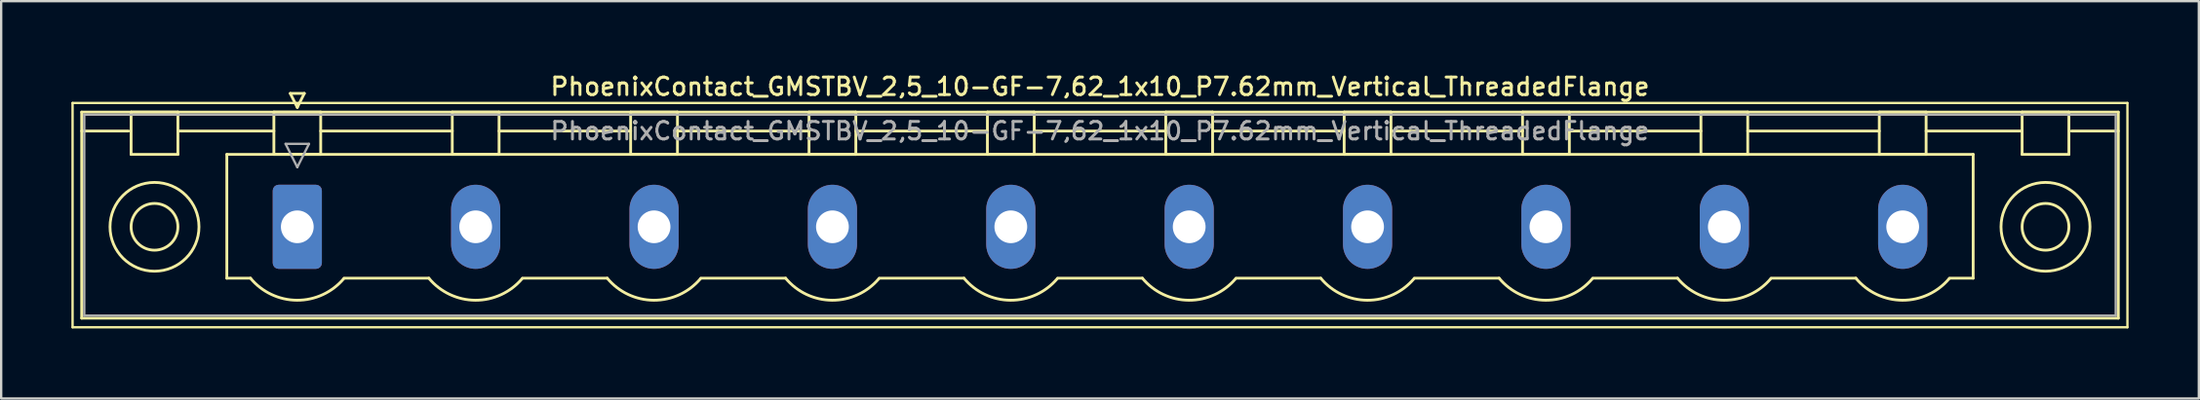
<source format=kicad_pcb>
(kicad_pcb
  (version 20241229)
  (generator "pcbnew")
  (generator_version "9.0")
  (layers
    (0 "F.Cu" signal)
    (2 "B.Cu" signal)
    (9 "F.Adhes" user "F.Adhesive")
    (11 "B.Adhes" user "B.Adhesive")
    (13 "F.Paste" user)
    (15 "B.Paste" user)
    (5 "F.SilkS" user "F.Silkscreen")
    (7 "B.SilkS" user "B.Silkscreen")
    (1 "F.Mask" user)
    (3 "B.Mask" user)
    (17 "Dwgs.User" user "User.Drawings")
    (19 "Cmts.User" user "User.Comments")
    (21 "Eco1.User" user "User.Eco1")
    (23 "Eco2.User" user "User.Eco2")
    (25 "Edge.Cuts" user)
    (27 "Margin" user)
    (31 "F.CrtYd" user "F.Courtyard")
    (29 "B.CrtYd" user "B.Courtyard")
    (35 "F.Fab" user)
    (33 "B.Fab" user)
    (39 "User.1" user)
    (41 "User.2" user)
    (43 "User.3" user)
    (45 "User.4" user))
  (footprint "PhoenixContact_GMSTBV_2,5_10-GF-7,62_1x10_P7.62mm_Vertical_ThreadedFlange"
    (layer "F.Cu")
    (at 9.65 6.658)
    (property "Reference" "PhoenixContact_GMSTBV_2,5_10-GF-7,62_1x10_P7.62mm_Vertical_ThreadedFlange" (at 34.29 -6 0) (layer "F.SilkS") (effects (font (size 0.75 0.75) (thickness 0.125))))
    (attr through_hole)
    (fp_line (start -9.6 -5.3) (end -9.6 4.3) (stroke (width 0.1) (type solid)) (layer "F.SilkS"))
    (fp_line (start -9.6 4.3) (end 78.18 4.3) (stroke (width 0.1) (type solid)) (layer "F.SilkS"))
    (fp_line (start -9.21 -4.91) (end -9.21 3.91) (stroke (width 0.12) (type solid)) (layer "F.SilkS"))
    (fp_line (start -9.21 -4.1) (end -7.21 -4.1) (stroke (width 0.12) (type solid)) (layer "F.SilkS"))
    (fp_line (start -9.21 3.91) (end 77.79 3.91) (stroke (width 0.12) (type solid)) (layer "F.SilkS"))
    (fp_line (start -7.1 -4.91) (end -5.1 -4.91) (stroke (width 0.12) (type solid)) (layer "F.SilkS"))
    (fp_line (start -7.1 -3.1) (end -7.1 -4.91) (stroke (width 0.12) (type solid)) (layer "F.SilkS"))
    (fp_line (start -5.1 -4.91) (end -5.1 -3.1) (stroke (width 0.12) (type solid)) (layer "F.SilkS"))
    (fp_line (start -5.1 -4.1) (end -1 -4.1) (stroke (width 0.12) (type solid)) (layer "F.SilkS"))
    (fp_line (start -5.1 -3.1) (end -7.1 -3.1) (stroke (width 0.12) (type solid)) (layer "F.SilkS"))
    (fp_line (start -3.01 -3.1) (end 71.59 -3.1) (stroke (width 0.12) (type solid)) (layer "F.SilkS"))
    (fp_line (start -3.01 2.2) (end -3.01 -3.1) (stroke (width 0.12) (type solid)) (layer "F.SilkS"))
    (fp_line (start -2 2.2) (end -3.01 2.2) (stroke (width 0.12) (type solid)) (layer "F.SilkS"))
    (fp_line (start -1 -4.91) (end 1 -4.91) (stroke (width 0.12) (type solid)) (layer "F.SilkS"))
    (fp_line (start -1 -3.1) (end -1 -4.91) (stroke (width 0.12) (type solid)) (layer "F.SilkS"))
    (fp_line (start -0.3 -5.71) (end 0.3 -5.71) (stroke (width 0.12) (type solid)) (layer "F.SilkS"))
    (fp_line (start 0 -5.11) (end -0.3 -5.71) (stroke (width 0.12) (type solid)) (layer "F.SilkS"))
    (fp_line (start 0.3 -5.71) (end 0 -5.11) (stroke (width 0.12) (type solid)) (layer "F.SilkS"))
    (fp_line (start 1 -4.91) (end 1 -3.1) (stroke (width 0.12) (type solid)) (layer "F.SilkS"))
    (fp_line (start 1 -4.1) (end 6.62 -4.1) (stroke (width 0.12) (type solid)) (layer "F.SilkS"))
    (fp_line (start 1 -3.1) (end -1 -3.1) (stroke (width 0.12) (type solid)) (layer "F.SilkS"))
    (fp_line (start 2 2.2) (end 5.62 2.2) (stroke (width 0.12) (type solid)) (layer "F.SilkS"))
    (fp_line (start 6.62 -4.91) (end 8.62 -4.91) (stroke (width 0.12) (type solid)) (layer "F.SilkS"))
    (fp_line (start 6.62 -3.1) (end 6.62 -4.91) (stroke (width 0.12) (type solid)) (layer "F.SilkS"))
    (fp_line (start 8.62 -4.91) (end 8.62 -3.1) (stroke (width 0.12) (type solid)) (layer "F.SilkS"))
    (fp_line (start 8.62 -4.1) (end 14.24 -4.1) (stroke (width 0.12) (type solid)) (layer "F.SilkS"))
    (fp_line (start 8.62 -3.1) (end 6.62 -3.1) (stroke (width 0.12) (type solid)) (layer "F.SilkS"))
    (fp_line (start 9.62 2.2) (end 13.24 2.2) (stroke (width 0.12) (type solid)) (layer "F.SilkS"))
    (fp_line (start 14.24 -4.91) (end 16.24 -4.91) (stroke (width 0.12) (type solid)) (layer "F.SilkS"))
    (fp_line (start 14.24 -3.1) (end 14.24 -4.91) (stroke (width 0.12) (type solid)) (layer "F.SilkS"))
    (fp_line (start 16.24 -4.91) (end 16.24 -3.1) (stroke (width 0.12) (type solid)) (layer "F.SilkS"))
    (fp_line (start 16.24 -4.1) (end 21.86 -4.1) (stroke (width 0.12) (type solid)) (layer "F.SilkS"))
    (fp_line (start 16.24 -3.1) (end 14.24 -3.1) (stroke (width 0.12) (type solid)) (layer "F.SilkS"))
    (fp_line (start 17.24 2.2) (end 20.86 2.2) (stroke (width 0.12) (type solid)) (layer "F.SilkS"))
    (fp_line (start 21.86 -4.91) (end 23.86 -4.91) (stroke (width 0.12) (type solid)) (layer "F.SilkS"))
    (fp_line (start 21.86 -3.1) (end 21.86 -4.91) (stroke (width 0.12) (type solid)) (layer "F.SilkS"))
    (fp_line (start 23.86 -4.91) (end 23.86 -3.1) (stroke (width 0.12) (type solid)) (layer "F.SilkS"))
    (fp_line (start 23.86 -4.1) (end 29.48 -4.1) (stroke (width 0.12) (type solid)) (layer "F.SilkS"))
    (fp_line (start 23.86 -3.1) (end 21.86 -3.1) (stroke (width 0.12) (type solid)) (layer "F.SilkS"))
    (fp_line (start 24.86 2.2) (end 28.48 2.2) (stroke (width 0.12) (type solid)) (layer "F.SilkS"))
    (fp_line (start 29.48 -4.91) (end 31.48 -4.91) (stroke (width 0.12) (type solid)) (layer "F.SilkS"))
    (fp_line (start 29.48 -3.1) (end 29.48 -4.91) (stroke (width 0.12) (type solid)) (layer "F.SilkS"))
    (fp_line (start 31.48 -4.91) (end 31.48 -3.1) (stroke (width 0.12) (type solid)) (layer "F.SilkS"))
    (fp_line (start 31.48 -4.1) (end 37.1 -4.1) (stroke (width 0.12) (type solid)) (layer "F.SilkS"))
    (fp_line (start 31.48 -3.1) (end 29.48 -3.1) (stroke (width 0.12) (type solid)) (layer "F.SilkS"))
    (fp_line (start 32.48 2.2) (end 36.1 2.2) (stroke (width 0.12) (type solid)) (layer "F.SilkS"))
    (fp_line (start 37.1 -4.91) (end 39.1 -4.91) (stroke (width 0.12) (type solid)) (layer "F.SilkS"))
    (fp_line (start 37.1 -3.1) (end 37.1 -4.91) (stroke (width 0.12) (type solid)) (layer "F.SilkS"))
    (fp_line (start 39.1 -4.91) (end 39.1 -3.1) (stroke (width 0.12) (type solid)) (layer "F.SilkS"))
    (fp_line (start 39.1 -4.1) (end 44.72 -4.1) (stroke (width 0.12) (type solid)) (layer "F.SilkS"))
    (fp_line (start 39.1 -3.1) (end 37.1 -3.1) (stroke (width 0.12) (type solid)) (layer "F.SilkS"))
    (fp_line (start 40.1 2.2) (end 43.72 2.2) (stroke (width 0.12) (type solid)) (layer "F.SilkS"))
    (fp_line (start 44.72 -4.91) (end 46.72 -4.91) (stroke (width 0.12) (type solid)) (layer "F.SilkS"))
    (fp_line (start 44.72 -3.1) (end 44.72 -4.91) (stroke (width 0.12) (type solid)) (layer "F.SilkS"))
    (fp_line (start 46.72 -4.91) (end 46.72 -3.1) (stroke (width 0.12) (type solid)) (layer "F.SilkS"))
    (fp_line (start 46.72 -4.1) (end 52.34 -4.1) (stroke (width 0.12) (type solid)) (layer "F.SilkS"))
    (fp_line (start 46.72 -3.1) (end 44.72 -3.1) (stroke (width 0.12) (type solid)) (layer "F.SilkS"))
    (fp_line (start 47.72 2.2) (end 51.34 2.2) (stroke (width 0.12) (type solid)) (layer "F.SilkS"))
    (fp_line (start 52.34 -4.91) (end 54.34 -4.91) (stroke (width 0.12) (type solid)) (layer "F.SilkS"))
    (fp_line (start 52.34 -3.1) (end 52.34 -4.91) (stroke (width 0.12) (type solid)) (layer "F.SilkS"))
    (fp_line (start 54.34 -4.91) (end 54.34 -3.1) (stroke (width 0.12) (type solid)) (layer "F.SilkS"))
    (fp_line (start 54.34 -4.1) (end 59.96 -4.1) (stroke (width 0.12) (type solid)) (layer "F.SilkS"))
    (fp_line (start 54.34 -3.1) (end 52.34 -3.1) (stroke (width 0.12) (type solid)) (layer "F.SilkS"))
    (fp_line (start 55.34 2.2) (end 58.96 2.2) (stroke (width 0.12) (type solid)) (layer "F.SilkS"))
    (fp_line (start 59.96 -4.91) (end 61.96 -4.91) (stroke (width 0.12) (type solid)) (layer "F.SilkS"))
    (fp_line (start 59.96 -3.1) (end 59.96 -4.91) (stroke (width 0.12) (type solid)) (layer "F.SilkS"))
    (fp_line (start 61.96 -4.91) (end 61.96 -3.1) (stroke (width 0.12) (type solid)) (layer "F.SilkS"))
    (fp_line (start 61.96 -4.1) (end 67.58 -4.1) (stroke (width 0.12) (type solid)) (layer "F.SilkS"))
    (fp_line (start 61.96 -3.1) (end 59.96 -3.1) (stroke (width 0.12) (type solid)) (layer "F.SilkS"))
    (fp_line (start 62.96 2.2) (end 66.58 2.2) (stroke (width 0.12) (type solid)) (layer "F.SilkS"))
    (fp_line (start 67.58 -4.91) (end 69.58 -4.91) (stroke (width 0.12) (type solid)) (layer "F.SilkS"))
    (fp_line (start 67.58 -3.1) (end 67.58 -4.91) (stroke (width 0.12) (type solid)) (layer "F.SilkS"))
    (fp_line (start 69.58 -4.91) (end 69.58 -3.1) (stroke (width 0.12) (type solid)) (layer "F.SilkS"))
    (fp_line (start 69.58 -4.1) (end 73.68 -4.1) (stroke (width 0.12) (type solid)) (layer "F.SilkS"))
    (fp_line (start 69.58 -3.1) (end 67.58 -3.1) (stroke (width 0.12) (type solid)) (layer "F.SilkS"))
    (fp_line (start 71.59 -3.1) (end 71.59 2.2) (stroke (width 0.12) (type solid)) (layer "F.SilkS"))
    (fp_line (start 71.59 2.2) (end 70.58 2.2) (stroke (width 0.12) (type solid)) (layer "F.SilkS"))
    (fp_line (start 73.68 -4.91) (end 75.68 -4.91) (stroke (width 0.12) (type solid)) (layer "F.SilkS"))
    (fp_line (start 73.68 -3.1) (end 73.68 -4.91) (stroke (width 0.12) (type solid)) (layer "F.SilkS"))
    (fp_line (start 75.68 -4.91) (end 75.68 -3.1) (stroke (width 0.12) (type solid)) (layer "F.SilkS"))
    (fp_line (start 75.68 -3.1) (end 73.68 -3.1) (stroke (width 0.12) (type solid)) (layer "F.SilkS"))
    (fp_line (start 77.79 -4.91) (end -9.21 -4.91) (stroke (width 0.12) (type solid)) (layer "F.SilkS"))
    (fp_line (start 77.79 -4.1) (end 75.79 -4.1) (stroke (width 0.12) (type solid)) (layer "F.SilkS"))
    (fp_line (start 77.79 3.91) (end 77.79 -4.91) (stroke (width 0.12) (type solid)) (layer "F.SilkS"))
    (fp_line (start 78.18 -5.3) (end -9.6 -5.3) (stroke (width 0.1) (type solid)) (layer "F.SilkS"))
    (fp_line (start 78.18 4.3) (end 78.18 -5.3) (stroke (width 0.1) (type solid)) (layer "F.SilkS"))
    (fp_arc (start 1.986842 2.215821) (mid -0.010289 3.142758) (end -2 2.2) (stroke (width 0.12) (type solid)) (layer "F.SilkS"))
    (fp_arc (start 9.606842 2.215821) (mid 7.609711 3.142758) (end 5.62 2.2) (stroke (width 0.12) (type solid)) (layer "F.SilkS"))
    (fp_arc (start 17.226842 2.215821) (mid 15.229711 3.142758) (end 13.24 2.2) (stroke (width 0.12) (type solid)) (layer "F.SilkS"))
    (fp_arc (start 24.846842 2.215821) (mid 22.849711 3.142758) (end 20.86 2.2) (stroke (width 0.12) (type solid)) (layer "F.SilkS"))
    (fp_arc (start 32.466842 2.215821) (mid 30.469711 3.142758) (end 28.48 2.2) (stroke (width 0.12) (type solid)) (layer "F.SilkS"))
    (fp_arc (start 40.086842 2.215821) (mid 38.089711 3.142758) (end 36.1 2.2) (stroke (width 0.12) (type solid)) (layer "F.SilkS"))
    (fp_arc (start 47.706842 2.215821) (mid 45.709711 3.142758) (end 43.72 2.2) (stroke (width 0.12) (type solid)) (layer "F.SilkS"))
    (fp_arc (start 55.326842 2.215821) (mid 53.329711 3.142758) (end 51.34 2.2) (stroke (width 0.12) (type solid)) (layer "F.SilkS"))
    (fp_arc (start 62.946842 2.215821) (mid 60.949711 3.142758) (end 58.96 2.2) (stroke (width 0.12) (type solid)) (layer "F.SilkS"))
    (fp_arc (start 70.566842 2.215821) (mid 68.569711 3.142758) (end 66.58 2.2) (stroke (width 0.12) (type solid)) (layer "F.SilkS"))
    (fp_circle (center -6.1 0) (end -5.1 0) (stroke (width 0.12) (type solid)) (fill no) (layer "F.SilkS"))
    (fp_circle (center -6.1 0) (end -4.2 0) (stroke (width 0.12) (type solid)) (fill no) (layer "F.SilkS"))
    (fp_circle (center 74.68 0) (end 75.68 0) (stroke (width 0.12) (type solid)) (fill no) (layer "F.SilkS"))
    (fp_circle (center 74.68 0) (end 76.58 0) (stroke (width 0.12) (type solid)) (fill no) (layer "F.SilkS"))
    (fp_line (start -9.1 -4.8) (end -9.1 3.8) (stroke (width 0.1) (type solid)) (layer "F.Fab"))
    (fp_line (start -9.1 3.8) (end 77.68 3.8) (stroke (width 0.1) (type solid)) (layer "F.Fab"))
    (fp_line (start -0.5 -3.55) (end 0.5 -3.55) (stroke (width 0.1) (type solid)) (layer "F.Fab"))
    (fp_line (start 0 -2.55) (end -0.5 -3.55) (stroke (width 0.1) (type solid)) (layer "F.Fab"))
    (fp_line (start 0.5 -3.55) (end 0 -2.55) (stroke (width 0.1) (type solid)) (layer "F.Fab"))
    (fp_line (start 77.68 -4.8) (end -9.1 -4.8) (stroke (width 0.1) (type solid)) (layer "F.Fab"))
    (fp_line (start 77.68 3.8) (end 77.68 -4.8) (stroke (width 0.1) (type solid)) (layer "F.Fab"))
    (fp_text user "${REFERENCE}" (at 34.29 -4.1 0) (layer "F.Fab") (effects (font (size 0.75 0.75) (thickness 0.125))))
    (pad "1" thru_hole roundrect (at 0 0) (size 2.1 3.6) (drill 1.4) (layers "*.Cu" "*.Mask") (roundrect_rratio 0.119))
    (pad "2" thru_hole oval (at 7.62 0) (size 2.1 3.6) (drill 1.4) (layers "*.Cu" "*.Mask"))
    (pad "3" thru_hole oval (at 15.24 0) (size 2.1 3.6) (drill 1.4) (layers "*.Cu" "*.Mask"))
    (pad "4" thru_hole oval (at 22.86 0) (size 2.1 3.6) (drill 1.4) (layers "*.Cu" "*.Mask"))
    (pad "5" thru_hole oval (at 30.48 0) (size 2.1 3.6) (drill 1.4) (layers "*.Cu" "*.Mask"))
    (pad "6" thru_hole oval (at 38.1 0) (size 2.1 3.6) (drill 1.4) (layers "*.Cu" "*.Mask"))
    (pad "7" thru_hole oval (at 45.72 0) (size 2.1 3.6) (drill 1.4) (layers "*.Cu" "*.Mask"))
    (pad "8" thru_hole oval (at 53.34 0) (size 2.1 3.6) (drill 1.4) (layers "*.Cu" "*.Mask"))
    (pad "9" thru_hole oval (at 60.96 0) (size 2.1 3.6) (drill 1.4) (layers "*.Cu" "*.Mask"))
    (pad "10" thru_hole oval (at 68.58 0) (size 2.1 3.6) (drill 1.4) (layers "*.Cu" "*.Mask")))
  (gr_rect
    (start -3 -3)
    (end 90.88 14.008)
    (stroke (width 0.1) (type default))
    (fill no)
    (layer "Edge.Cuts")))
</source>
